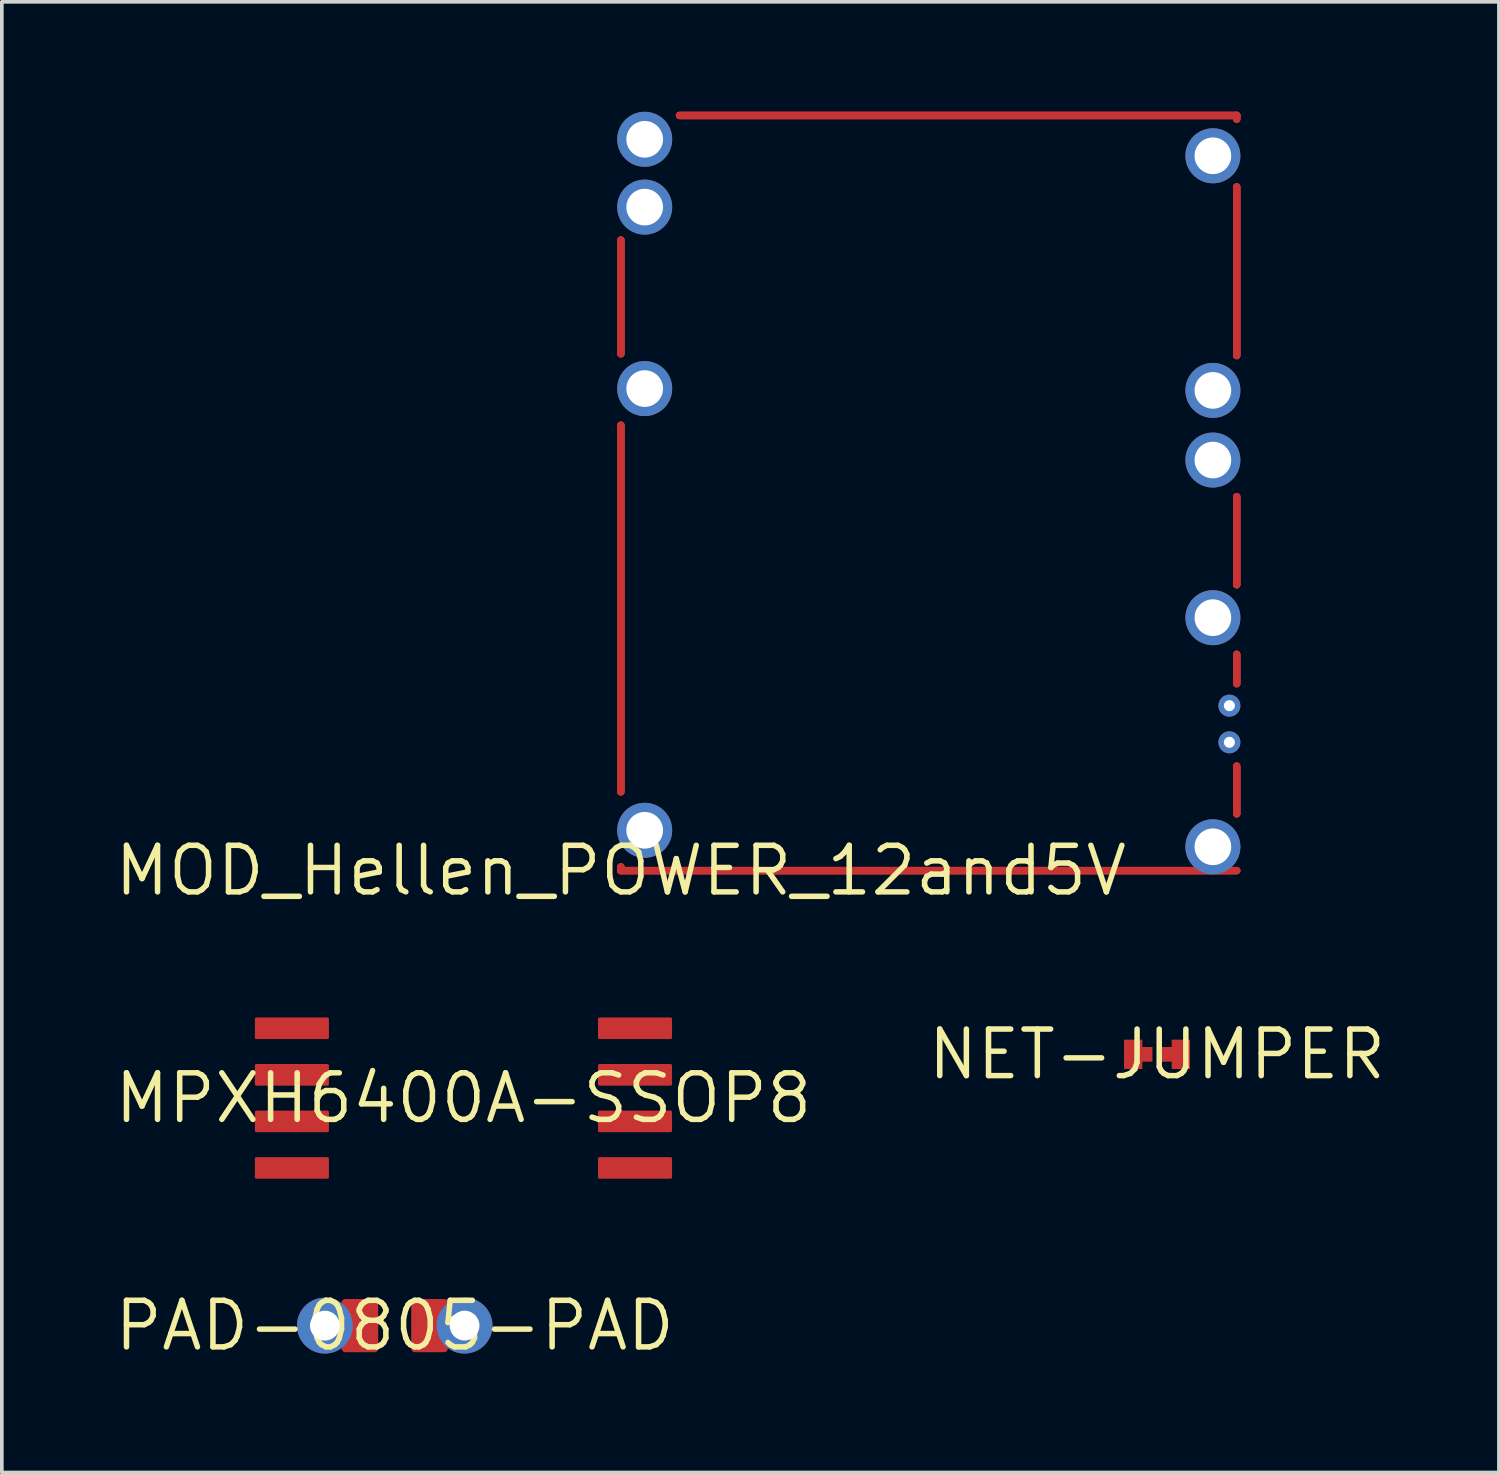
<source format=kicad_pcb>
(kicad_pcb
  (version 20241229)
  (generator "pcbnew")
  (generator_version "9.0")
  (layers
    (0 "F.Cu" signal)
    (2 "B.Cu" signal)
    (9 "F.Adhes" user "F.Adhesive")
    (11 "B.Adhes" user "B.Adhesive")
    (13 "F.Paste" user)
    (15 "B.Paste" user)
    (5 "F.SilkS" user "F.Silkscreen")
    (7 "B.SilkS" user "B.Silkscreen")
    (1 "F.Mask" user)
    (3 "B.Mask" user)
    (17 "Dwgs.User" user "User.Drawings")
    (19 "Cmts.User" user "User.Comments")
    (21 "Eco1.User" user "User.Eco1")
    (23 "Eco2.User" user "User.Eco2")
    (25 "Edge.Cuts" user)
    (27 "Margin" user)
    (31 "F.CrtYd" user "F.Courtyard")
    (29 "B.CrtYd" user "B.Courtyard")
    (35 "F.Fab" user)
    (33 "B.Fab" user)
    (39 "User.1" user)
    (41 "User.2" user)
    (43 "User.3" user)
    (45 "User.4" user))
  (footprint "PAD-0805-PAD"
    (layer "F.Cu")
    (at 7.718 33.112)
    (property "Reference" "PAD-0805-PAD" (at 0 0 0) (layer "F.SilkS") (effects (font (size 1.27 1.27) (thickness 0.15))))
    (attr through_hole)
    (pad "1" thru_hole circle (at -1.905 0) (size 1.524 1.524) (drill 0.813) (layers "*.Cu" "*.Mask"))
    (pad "1" smd roundrect (at -0.95 0) (size 1 1.45) (layers "F.Cu" "F.Mask" "F.Paste") (roundrect_rratio 0.1))
    (pad "2" smd roundrect (at 0.95 0) (size 1 1.45) (layers "F.Cu" "F.Mask" "F.Paste") (roundrect_rratio 0.1))
    (pad "2" thru_hole circle (at 1.905 0) (size 1.524 1.524) (drill 0.813) (layers "*.Cu" "*.Mask")))
  (footprint "NET-JUMPER"
    (layer "F.Cu")
    (at 28.513 25.712)
    (property "Reference" "NET-JUMPER" (at 0 0 0) (layer "F.SilkS") (effects (font (size 1.27 1.27) (thickness 0.15))))
    (attr through_hole)
    (pad "1" smd rect (at -0.375 0) (size 0.5 0.4) (layers "F.Cu" "F.Mask"))
    (pad "2" smd rect (at -0.65 0) (size 0.5 0.8) (layers "F.Cu" "F.Mask"))
    (pad "3" smd rect (at 0.375 0 180) (size 0.5 0.4) (layers "F.Cu" "F.Mask"))
    (pad "4" smd rect (at 0.65 0) (size 0.5 0.8) (layers "F.Cu" "F.Mask")))
  (footprint "MOD_Hellen_POWER_12and5V"
    (layer "F.Cu")
    (at 13.887 20.7)
    (property "Reference" "MOD_Hellen_POWER_12and5V" (at 0 0 0) (layer "F.SilkS") (effects (font (size 1.27 1.27) (thickness 0.15))))
    (attr through_hole)
    (pad "1" thru_hole oval (at 16.15 -19.5) (size 1.5 1.5) (drill 1) (layers "F.Cu" "F.Mask"))
    (pad "2" thru_hole oval (at 16.15 -13.1) (size 1.5 1.5) (drill 1) (layers "F.Cu" "F.Mask"))
    (pad "3" thru_hole oval (at 16.15 -11.2) (size 1.5 1.5) (drill 1) (layers "F.Cu" "F.Mask"))
    (pad "4" thru_hole oval (at 16.15 -6.9) (size 1.5 1.5) (drill 1) (layers "F.Cu" "F.Mask"))
    (pad "5" thru_hole oval (at 16.6 -4.5 180) (size 0.6 0.6) (drill 0.3) (layers "F.Cu" "F.Mask"))
    (pad "6" thru_hole oval (at 16.6 -3.5) (size 0.6 0.6) (drill 0.3) (layers "F.Cu" "F.Mask"))
    (pad "7" smd oval (at 16.8 -2.2 270) (size 1.5 0.2) (layers "F.Cu" "F.Mask"))
    (pad "8" smd oval (at 16.8 -5.5 270) (size 1 0.2) (layers "F.Cu" "F.Mask"))
    (pad "9" smd oval (at 0 -7.15 90) (size 10.2 0.2) (layers "F.Cu" "F.Mask"))
    (pad "10" smd oval (at 8.4 0) (size 17 0.2) (layers "F.Cu" "F.Mask"))
    (pad "11" smd oval (at 16.8 -16.35 90) (size 4.8 0.2) (layers "F.Cu" "F.Mask"))
    (pad "12" smd oval (at 16.8 -9 270) (size 2.6 0.2) (layers "F.Cu" "F.Mask"))
    (pad "13" smd oval (at 0 -15.65 270) (size 3.3 0.2) (layers "F.Cu" "F.Mask"))
    (pad "14" smd oval (at 9.2 -20.6) (size 15.4 0.2) (layers "F.Cu" "F.Mask"))
    (pad "15" smd oval (at 0 -0.05 90) (size 0.3 0.2) (layers "F.Cu" "F.Mask"))
    (pad "16" smd oval (at 16.8 -20.55 90) (size 0.3 0.2) (layers "F.Cu" "F.Mask"))
    (pad "17" smd oval (at 16.8 -2.2 270) (size 1.5 0.2) (layers "F.Cu" "F.Mask"))
    (pad "18" smd oval (at 16.8 -5.5 270) (size 1 0.2) (layers "F.Cu" "F.Mask"))
    (pad "19" smd oval (at 0 -7.15 90) (size 10.2 0.2) (layers "F.Cu" "F.Mask"))
    (pad "20" smd oval (at 8.4 0) (size 17 0.2) (layers "F.Cu" "F.Mask"))
    (pad "21" smd oval (at 16.8 -16.35 90) (size 4.8 0.2) (layers "F.Cu" "F.Mask"))
    (pad "22" smd oval (at 16.8 -9 270) (size 2.6 0.2) (layers "F.Cu" "F.Mask"))
    (pad "23" smd oval (at 0 -15.65 270) (size 3.3 0.2) (layers "F.Cu" "F.Mask"))
    (pad "24" smd oval (at 0 -0.05 90) (size 0.3 0.2) (layers "F.Cu" "F.Mask"))
    (pad "25" smd oval (at 9.2 -20.6) (size 15.4 0.2) (layers "F.Cu" "F.Mask"))
    (pad "26" smd oval (at 16.8 -20.55 90) (size 0.3 0.2) (layers "F.Cu" "F.Mask"))
    (pad "27" thru_hole oval (at 16.15 -0.65 90) (size 1.5 1.5) (drill 1) (layers "F.Cu" "F.Mask"))
    (pad "28" smd oval (at 16.8 -2.2 270) (size 1.5 0.2) (layers "F.Cu" "F.Mask"))
    (pad "29" smd oval (at 16.8 -5.5 270) (size 1 0.2) (layers "F.Cu" "F.Mask"))
    (pad "30" smd oval (at 0 -7.15 90) (size 10.2 0.2) (layers "F.Cu" "F.Mask"))
    (pad "31" smd oval (at 8.4 0) (size 17 0.2) (layers "F.Cu" "F.Mask"))
    (pad "32" smd oval (at 16.8 -16.35 90) (size 4.8 0.2) (layers "F.Cu" "F.Mask"))
    (pad "33" smd oval (at 16.8 -9 270) (size 2.6 0.2) (layers "F.Cu" "F.Mask"))
    (pad "34" smd oval (at 0 -0.05 90) (size 0.3 0.2) (layers "F.Cu" "F.Mask"))
    (pad "35" smd oval (at 9.2 -20.6) (size 15.4 0.2) (layers "F.Cu" "F.Mask"))
    (pad "36" smd oval (at 0 -15.65 270) (size 3.3 0.2) (layers "F.Cu" "F.Mask"))
    (pad "37" smd oval (at 16.8 -20.55 90) (size 0.3 0.2) (layers "F.Cu" "F.Mask"))
    (pad "38" smd oval (at 16.8 -2.2 270) (size 1.5 0.2) (layers "F.Cu" "F.Mask"))
    (pad "39" smd oval (at 16.8 -5.5 270) (size 1 0.2) (layers "F.Cu" "F.Mask"))
    (pad "40" smd oval (at 0 -7.15 90) (size 10.2 0.2) (layers "F.Cu" "F.Mask"))
    (pad "41" smd oval (at 8.4 0) (size 17 0.2) (layers "F.Cu" "F.Mask"))
    (pad "42" smd oval (at 16.8 -16.35 90) (size 4.8 0.2) (layers "F.Cu" "F.Mask"))
    (pad "43" smd oval (at 16.8 -9 270) (size 2.6 0.2) (layers "F.Cu" "F.Mask"))
    (pad "44" smd oval (at 0 -15.65 270) (size 3.3 0.2) (layers "F.Cu" "F.Mask"))
    (pad "45" smd oval (at 9.2 -20.6) (size 15.4 0.2) (layers "F.Cu" "F.Mask"))
    (pad "46" smd oval (at 0 -0.05 90) (size 0.3 0.2) (layers "F.Cu" "F.Mask"))
    (pad "47" smd oval (at 16.8 -20.55 90) (size 0.3 0.2) (layers "F.Cu" "F.Mask"))
    (pad "48" thru_hole oval (at 0.65 -19.95) (size 1.5 1.5) (drill 1) (layers "F.Cu" "F.Mask"))
    (pad "49" thru_hole oval (at 0.65 -18.1) (size 1.5 1.5) (drill 1) (layers "F.Cu" "F.Mask"))
    (pad "50" thru_hole oval (at 0.65 -13.15) (size 1.5 1.5) (drill 1) (layers "F.Cu" "F.Mask"))
    (pad "51" thru_hole oval (at 0.65 -1.1) (size 1.5 1.5) (drill 1) (layers "F.Cu" "F.Mask")))
  (footprint "MPXH6400A-SSOP8"
    (layer "F.Cu")
    (at 9.593 26.906)
    (property "Reference" "MPXH6400A-SSOP8" (at 0 0 0) (layer "F.SilkS") (effects (font (size 1.27 1.27) (thickness 0.15))))
    (attr through_hole)
    (pad "1" smd roundrect (at -4.68 -1.905) (size 2.02 0.59) (layers "F.Cu" "F.Mask" "F.Paste") (roundrect_rratio 0.07))
    (pad "2" smd roundrect (at -4.68 -0.635) (size 2.02 0.59) (layers "F.Cu" "F.Mask" "F.Paste") (roundrect_rratio 0.07))
    (pad "3" smd roundrect (at -4.68 0.635) (size 2.02 0.59) (layers "F.Cu" "F.Mask" "F.Paste") (roundrect_rratio 0.07))
    (pad "4" smd roundrect (at -4.68 1.905) (size 2.02 0.59) (layers "F.Cu" "F.Mask" "F.Paste") (roundrect_rratio 0.07))
    (pad "5" smd roundrect (at 4.68 1.905) (size 2.02 0.59) (layers "F.Cu" "F.Mask" "F.Paste") (roundrect_rratio 0.07))
    (pad "6" smd roundrect (at 4.68 0.635) (size 2.02 0.59) (layers "F.Cu" "F.Mask" "F.Paste") (roundrect_rratio 0.07))
    (pad "7" smd roundrect (at 4.68 -0.635) (size 2.02 0.59) (layers "F.Cu" "F.Mask" "F.Paste") (roundrect_rratio 0.07))
    (pad "8" smd roundrect (at 4.68 -1.905) (size 2.02 0.59) (layers "F.Cu" "F.Mask" "F.Paste") (roundrect_rratio 0.07)))
  (gr_rect
    (start -3 -3)
    (end 37.84 37.119)
    (stroke (width 0.1) (type default))
    (fill no)
    (layer "Edge.Cuts")))
</source>
